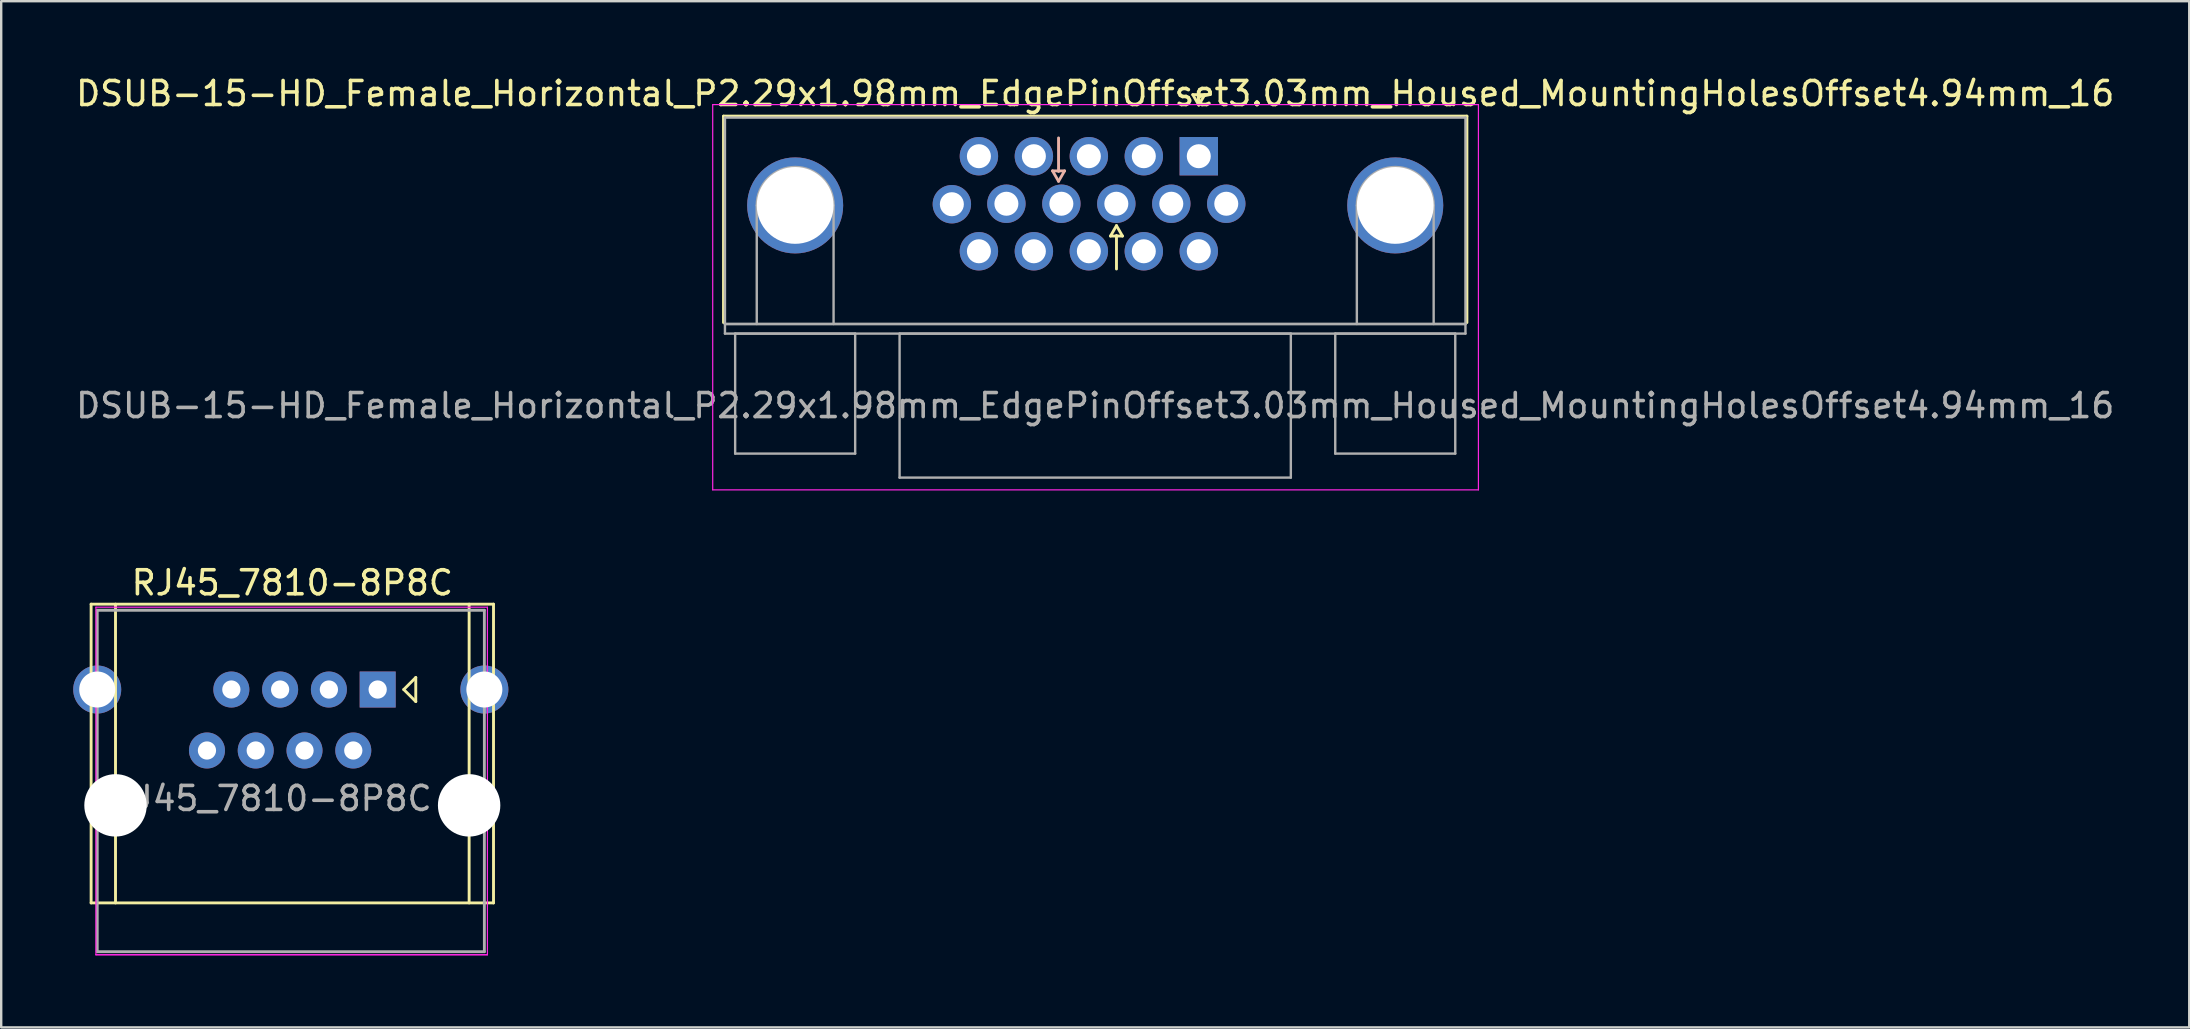
<source format=kicad_pcb>
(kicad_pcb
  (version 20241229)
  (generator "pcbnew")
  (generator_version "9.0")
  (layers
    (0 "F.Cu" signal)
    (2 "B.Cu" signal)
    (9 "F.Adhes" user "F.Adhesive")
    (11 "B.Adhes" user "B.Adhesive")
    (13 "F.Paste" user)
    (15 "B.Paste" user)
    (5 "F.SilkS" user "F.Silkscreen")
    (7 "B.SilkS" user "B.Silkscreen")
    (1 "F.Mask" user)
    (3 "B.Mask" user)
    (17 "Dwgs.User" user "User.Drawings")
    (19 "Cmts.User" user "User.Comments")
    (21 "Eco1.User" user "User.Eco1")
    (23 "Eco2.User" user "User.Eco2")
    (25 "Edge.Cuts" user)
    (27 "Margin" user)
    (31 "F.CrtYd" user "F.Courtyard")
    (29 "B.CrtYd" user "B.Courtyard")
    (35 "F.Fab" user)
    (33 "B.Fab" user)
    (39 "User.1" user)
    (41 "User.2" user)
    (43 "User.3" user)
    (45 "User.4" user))
  (footprint "RJ45_7810-8P8C"
    (layer "F.Cu")
    (at 3.794 28.216)
    (property "Reference" "RJ45_7810-8P8C" (at 5.334 -6.985 0) (layer "F.SilkS") (effects (font (size 1 1) (thickness 0.15))))
    (attr through_hole)
    (fp_line (start -3.048 -6.096) (end -3.048 6.35) (stroke (width 0.12) (type solid)) (layer "F.SilkS"))
    (fp_line (start -3.048 -6.096) (end 13.716 -6.096) (stroke (width 0.12) (type solid)) (layer "F.SilkS"))
    (fp_line (start -2.032 2.286) (end -2.032 -6.096) (stroke (width 0.12) (type solid)) (layer "F.SilkS"))
    (fp_line (start -2.032 2.286) (end -2.032 6.35) (stroke (width 0.12) (type solid)) (layer "F.SilkS"))
    (fp_line (start 9.977 -2.54) (end 10.477 -3.04) (stroke (width 0.12) (type solid)) (layer "F.SilkS"))
    (fp_line (start 10.477 -3.04) (end 10.477 -2.04) (stroke (width 0.12) (type solid)) (layer "F.SilkS"))
    (fp_line (start 10.477 -2.04) (end 9.977 -2.54) (stroke (width 0.12) (type solid)) (layer "F.SilkS"))
    (fp_line (start 12.7 2.286) (end 12.7 -6.096) (stroke (width 0.12) (type solid)) (layer "F.SilkS"))
    (fp_line (start 12.7 2.286) (end 12.7 6.35) (stroke (width 0.12) (type solid)) (layer "F.SilkS"))
    (fp_line (start 13.716 -6.096) (end 13.716 6.35) (stroke (width 0.12) (type solid)) (layer "F.SilkS"))
    (fp_line (start 13.716 6.35) (end -3.048 6.35) (stroke (width 0.12) (type solid)) (layer "F.SilkS"))
    (fp_line (start -2.848 -5.969) (end -2.848 8.509) (stroke (width 0.05) (type solid)) (layer "F.CrtYd"))
    (fp_line (start -2.848 -5.969) (end 13.462 -5.969) (stroke (width 0.05) (type solid)) (layer "F.CrtYd"))
    (fp_line (start -2.848 8.509) (end 13.462 8.509) (stroke (width 0.05) (type solid)) (layer "F.CrtYd"))
    (fp_line (start 13.462 -5.969) (end 13.462 8.509) (stroke (width 0.05) (type solid)) (layer "F.CrtYd"))
    (fp_line (start 13.462 8.509) (end -2.848 8.509) (stroke (width 0.05) (type solid)) (layer "F.CrtYd"))
    (fp_line (start -2.794 -5.842) (end -2.794 8.382) (stroke (width 0.12) (type solid)) (layer "F.Fab"))
    (fp_line (start -2.794 8.382) (end 13.335 8.382) (stroke (width 0.12) (type solid)) (layer "F.Fab"))
    (fp_line (start 13.335 -5.842) (end -2.794 -5.842) (stroke (width 0.12) (type solid)) (layer "F.Fab"))
    (fp_line (start 13.335 8.382) (end 13.335 -5.842) (stroke (width 0.12) (type solid)) (layer "F.Fab"))
    (fp_text user "${REFERENCE}" (at 4.445 2 0) (layer "F.Fab") (effects (font (size 1 1) (thickness 0.15))))
    (pad "" thru_hole circle (at -2.794 -2.54) (size 2 2) (drill 1.5) (layers "*.Cu" "*.Mask"))
    (pad "" np_thru_hole circle (at -2.032 2.286) (size 2.6 2.6) (drill 2.6) (layers "*.Cu" "*.Mask"))
    (pad "" np_thru_hole circle (at 12.7 2.286) (size 2.6 2.6) (drill 2.6) (layers "*.Cu" "*.Mask"))
    (pad "" thru_hole circle (at 13.335 -2.54) (size 2 2) (drill 1.5) (layers "*.Cu" "*.Mask"))
    (pad "1" thru_hole rect (at 8.89 -2.54) (size 1.5 1.5) (drill 0.76) (layers "*.Cu" "*.Mask"))
    (pad "2" thru_hole circle (at 7.874 0) (size 1.5 1.5) (drill 0.76) (layers "*.Cu" "*.Mask"))
    (pad "3" thru_hole circle (at 6.858 -2.54) (size 1.5 1.5) (drill 0.76) (layers "*.Cu" "*.Mask"))
    (pad "4" thru_hole circle (at 5.842 0) (size 1.5 1.5) (drill 0.76) (layers "*.Cu" "*.Mask"))
    (pad "5" thru_hole circle (at 4.826 -2.54) (size 1.5 1.5) (drill 0.76) (layers "*.Cu" "*.Mask"))
    (pad "6" thru_hole circle (at 3.81 0) (size 1.5 1.5) (drill 0.76) (layers "*.Cu" "*.Mask"))
    (pad "7" thru_hole circle (at 2.794 -2.54) (size 1.5 1.5) (drill 0.76) (layers "*.Cu" "*.Mask"))
    (pad "8" thru_hole circle (at 1.778 0) (size 1.5 1.5) (drill 0.76) (layers "*.Cu" "*.Mask")))
  (footprint "DSUB-15-HD_Female_Horizontal_P2.29x1.98mm_EdgePinOffset3.03mm_Housed_MountingHolesOffset4.94mm_16"
    (layer "F.Cu")
    (at 46.892 3.458)
    (property "Reference" "DSUB-15-HD_Female_Horizontal_P2.29x1.98mm_EdgePinOffset3.03mm_Housed_MountingHolesOffset4.94mm_16" (at -4.315 -2.61 0) (layer "F.SilkS") (effects (font (size 1 1) (thickness 0.15))))
    (attr through_hole)
    (fp_line (start -19.8 -1.67) (end 11.17 -1.67) (stroke (width 0.12) (type solid)) (layer "F.SilkS"))
    (fp_line (start -19.8 6.93) (end -19.8 -1.67) (stroke (width 0.12) (type solid)) (layer "F.SilkS"))
    (fp_line (start -3.679 3.326) (end -3.429 2.893) (stroke (width 0.12) (type solid)) (layer "F.SilkS"))
    (fp_line (start -3.429 2.893) (end -3.179 3.326) (stroke (width 0.12) (type solid)) (layer "F.SilkS"))
    (fp_line (start -3.429 3.302) (end -3.429 4.699) (stroke (width 0.12) (type solid)) (layer "F.SilkS"))
    (fp_line (start -3.179 3.326) (end -3.679 3.326) (stroke (width 0.12) (type solid)) (layer "F.SilkS"))
    (fp_line (start -0.25 -2.564) (end 0.25 -2.564) (stroke (width 0.12) (type solid)) (layer "F.SilkS"))
    (fp_line (start 0 -2.131) (end -0.25 -2.564) (stroke (width 0.12) (type solid)) (layer "F.SilkS"))
    (fp_line (start 0.25 -2.564) (end 0 -2.131) (stroke (width 0.12) (type solid)) (layer "F.SilkS"))
    (fp_line (start 11.17 -1.67) (end 11.17 6.93) (stroke (width 0.12) (type solid)) (layer "F.SilkS"))
    (fp_line (start -6.092 0.611) (end -5.842 1.044) (stroke (width 0.12) (type solid)) (layer "B.SilkS"))
    (fp_line (start -5.842 0.635) (end -5.842 -0.762) (stroke (width 0.12) (type solid)) (layer "B.SilkS"))
    (fp_line (start -5.842 1.044) (end -5.592 0.611) (stroke (width 0.12) (type solid)) (layer "B.SilkS"))
    (fp_line (start -5.592 0.611) (end -6.092 0.611) (stroke (width 0.12) (type solid)) (layer "B.SilkS"))
    (fp_line (start -20.25 -2.15) (end -20.25 13.9) (stroke (width 0.05) (type solid)) (layer "F.CrtYd"))
    (fp_line (start -20.25 13.9) (end 11.65 13.9) (stroke (width 0.05) (type solid)) (layer "F.CrtYd"))
    (fp_line (start 11.65 -2.15) (end -20.25 -2.15) (stroke (width 0.05) (type solid)) (layer "F.CrtYd"))
    (fp_line (start 11.65 13.9) (end 11.65 -2.15) (stroke (width 0.05) (type solid)) (layer "F.CrtYd"))
    (fp_line (start -19.74 -1.61) (end -19.74 6.99) (stroke (width 0.1) (type solid)) (layer "F.Fab"))
    (fp_line (start -19.74 6.99) (end -19.74 7.39) (stroke (width 0.1) (type solid)) (layer "F.Fab"))
    (fp_line (start -19.74 6.99) (end 11.11 6.99) (stroke (width 0.1) (type solid)) (layer "F.Fab"))
    (fp_line (start -19.74 7.39) (end 11.11 7.39) (stroke (width 0.1) (type solid)) (layer "F.Fab"))
    (fp_line (start -19.315 7.39) (end -19.315 12.39) (stroke (width 0.1) (type solid)) (layer "F.Fab"))
    (fp_line (start -19.315 12.39) (end -14.315 12.39) (stroke (width 0.1) (type solid)) (layer "F.Fab"))
    (fp_line (start -18.415 6.99) (end -18.415 2.05) (stroke (width 0.1) (type solid)) (layer "F.Fab"))
    (fp_line (start -15.215 6.99) (end -15.215 2.05) (stroke (width 0.1) (type solid)) (layer "F.Fab"))
    (fp_line (start -14.315 7.39) (end -19.315 7.39) (stroke (width 0.1) (type solid)) (layer "F.Fab"))
    (fp_line (start -14.315 12.39) (end -14.315 7.39) (stroke (width 0.1) (type solid)) (layer "F.Fab"))
    (fp_line (start -12.465 7.39) (end -12.465 13.39) (stroke (width 0.1) (type solid)) (layer "F.Fab"))
    (fp_line (start -12.465 13.39) (end 3.835 13.39) (stroke (width 0.1) (type solid)) (layer "F.Fab"))
    (fp_line (start 3.835 7.39) (end -12.465 7.39) (stroke (width 0.1) (type solid)) (layer "F.Fab"))
    (fp_line (start 3.835 13.39) (end 3.835 7.39) (stroke (width 0.1) (type solid)) (layer "F.Fab"))
    (fp_line (start 5.685 7.39) (end 5.685 12.39) (stroke (width 0.1) (type solid)) (layer "F.Fab"))
    (fp_line (start 5.685 12.39) (end 10.685 12.39) (stroke (width 0.1) (type solid)) (layer "F.Fab"))
    (fp_line (start 6.585 6.99) (end 6.585 2.05) (stroke (width 0.1) (type solid)) (layer "F.Fab"))
    (fp_line (start 9.785 6.99) (end 9.785 2.05) (stroke (width 0.1) (type solid)) (layer "F.Fab"))
    (fp_line (start 10.685 7.39) (end 5.685 7.39) (stroke (width 0.1) (type solid)) (layer "F.Fab"))
    (fp_line (start 10.685 12.39) (end 10.685 7.39) (stroke (width 0.1) (type solid)) (layer "F.Fab"))
    (fp_line (start 11.11 -1.61) (end -19.74 -1.61) (stroke (width 0.1) (type solid)) (layer "F.Fab"))
    (fp_line (start 11.11 6.99) (end -19.74 6.99) (stroke (width 0.1) (type solid)) (layer "F.Fab"))
    (fp_line (start 11.11 6.99) (end 11.11 -1.61) (stroke (width 0.1) (type solid)) (layer "F.Fab"))
    (fp_line (start 11.11 7.39) (end 11.11 6.99) (stroke (width 0.1) (type solid)) (layer "F.Fab"))
    (fp_arc (start -18.415 2.05) (mid -16.815 0.45) (end -15.215 2.05) (stroke (width 0.1) (type solid)) (layer "F.Fab"))
    (fp_arc (start 6.585 2.05) (mid 8.185 0.45) (end 9.785 2.05) (stroke (width 0.1) (type solid)) (layer "F.Fab"))
    (fp_text user "${REFERENCE}" (at -4.315 10.39 0) (layer "F.Fab") (effects (font (size 1 1) (thickness 0.15))))
    (pad "" thru_hole circle (at -10.287 2) (size 1.6 1.6) (drill 1) (layers "*.Cu" "*.Mask"))
    (pad "0" thru_hole circle (at -16.815 2.05) (size 4 4) (drill 3.2) (layers "*.Cu" "*.Mask"))
    (pad "0" thru_hole circle (at 8.185 2.05) (size 4 4) (drill 3.2) (layers "*.Cu" "*.Mask"))
    (pad "1" thru_hole rect (at 0 0) (size 1.6 1.6) (drill 1) (layers "*.Cu" "*.Mask"))
    (pad "2" thru_hole circle (at -2.29 0) (size 1.6 1.6) (drill 1) (layers "*.Cu" "*.Mask"))
    (pad "3" thru_hole circle (at -4.58 0) (size 1.6 1.6) (drill 1) (layers "*.Cu" "*.Mask"))
    (pad "4" thru_hole circle (at -6.87 0) (size 1.6 1.6) (drill 1) (layers "*.Cu" "*.Mask"))
    (pad "5" thru_hole circle (at -9.16 0) (size 1.6 1.6) (drill 1) (layers "*.Cu" "*.Mask"))
    (pad "6" thru_hole circle (at 1.145 1.98) (size 1.6 1.6) (drill 1) (layers "*.Cu" "*.Mask"))
    (pad "7" thru_hole circle (at -1.145 1.98) (size 1.6 1.6) (drill 1) (layers "*.Cu" "*.Mask"))
    (pad "8" thru_hole circle (at -3.435 1.98) (size 1.6 1.6) (drill 1) (layers "*.Cu" "*.Mask"))
    (pad "9" thru_hole circle (at -5.725 1.98) (size 1.6 1.6) (drill 1) (layers "*.Cu" "*.Mask"))
    (pad "10" thru_hole circle (at -8.015 1.98) (size 1.6 1.6) (drill 1) (layers "*.Cu" "*.Mask"))
    (pad "11" thru_hole circle (at 0 3.96) (size 1.6 1.6) (drill 1) (layers "*.Cu" "*.Mask"))
    (pad "12" thru_hole circle (at -2.29 3.96) (size 1.6 1.6) (drill 1) (layers "*.Cu" "*.Mask"))
    (pad "13" thru_hole circle (at -4.58 3.96) (size 1.6 1.6) (drill 1) (layers "*.Cu" "*.Mask"))
    (pad "14" thru_hole circle (at -6.87 3.96) (size 1.6 1.6) (drill 1) (layers "*.Cu" "*.Mask"))
    (pad "15" thru_hole circle (at -9.16 3.96) (size 1.6 1.6) (drill 1) (layers "*.Cu" "*.Mask")))
  (gr_rect
    (start -3 -3)
    (end 88.155 39.751)
    (stroke (width 0.1) (type default))
    (fill no)
    (layer "Edge.Cuts")))
</source>
